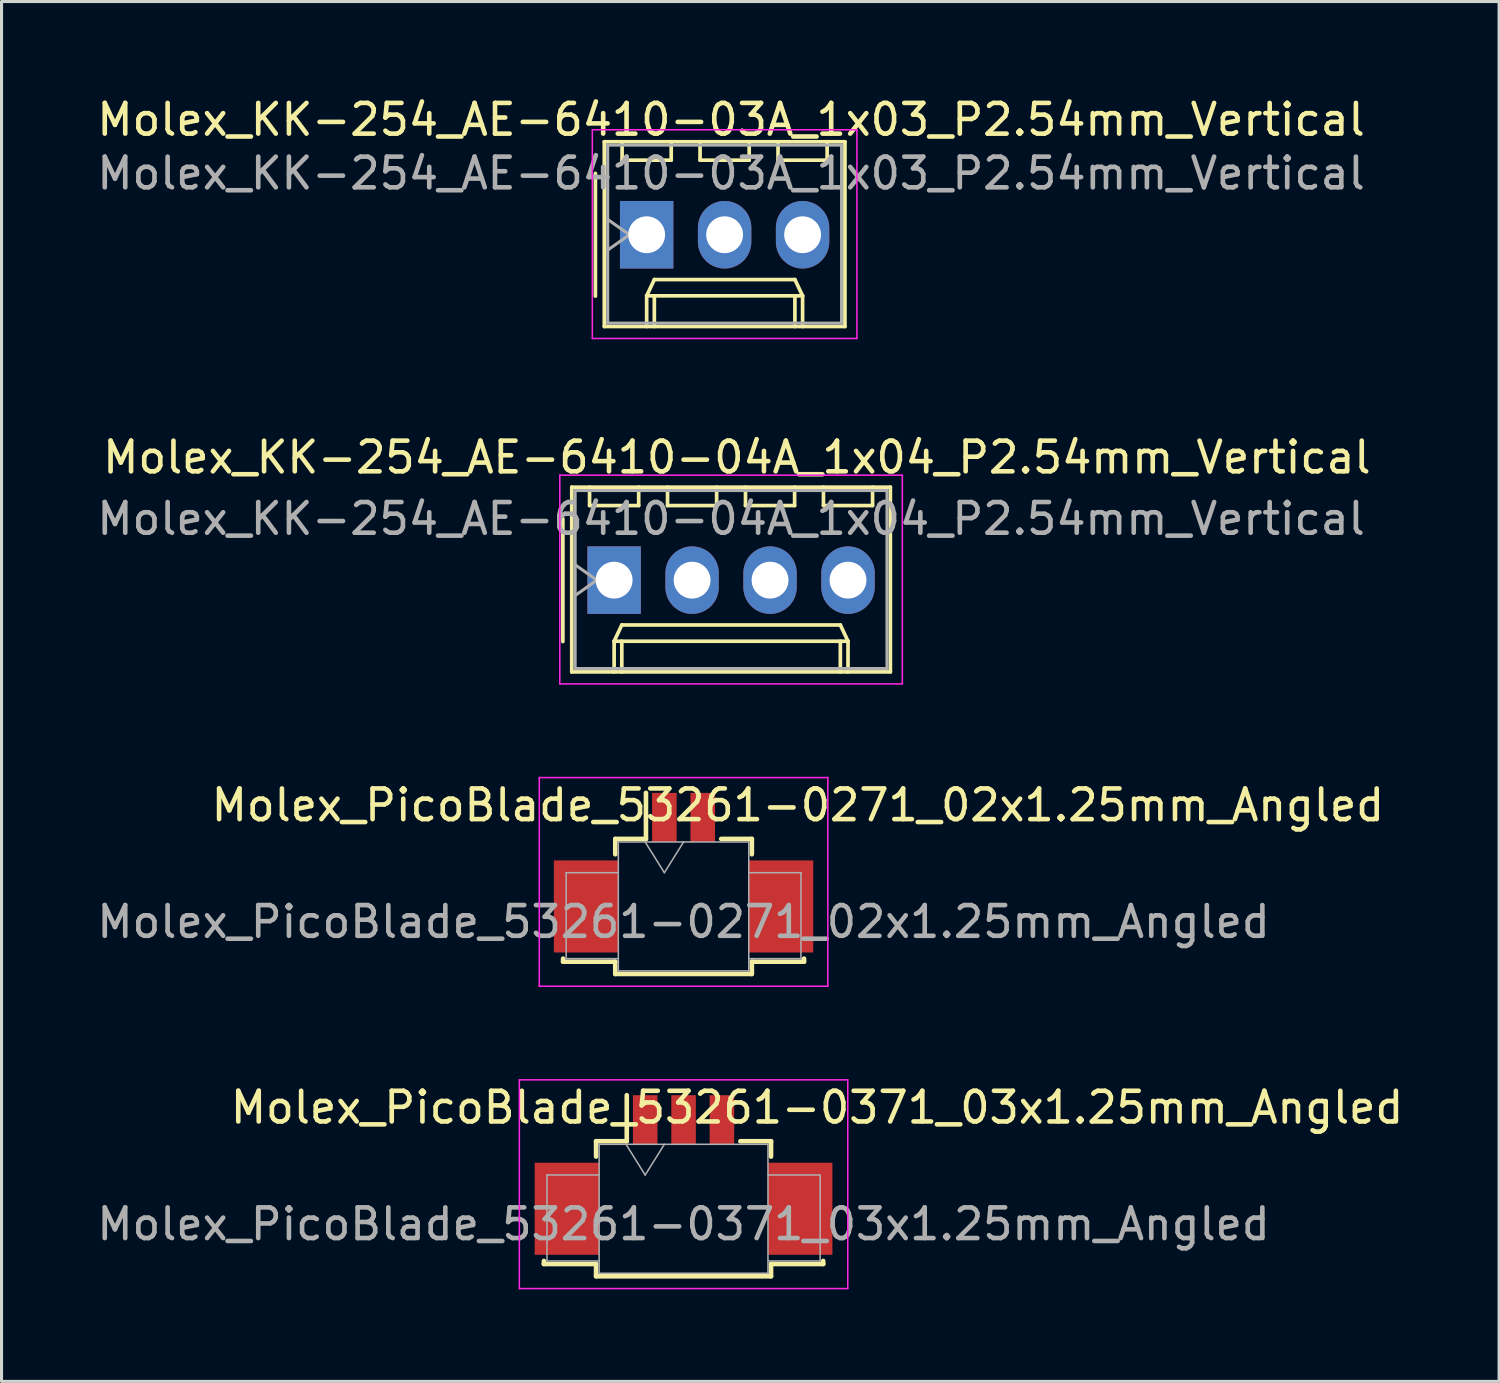
<source format=kicad_pcb>
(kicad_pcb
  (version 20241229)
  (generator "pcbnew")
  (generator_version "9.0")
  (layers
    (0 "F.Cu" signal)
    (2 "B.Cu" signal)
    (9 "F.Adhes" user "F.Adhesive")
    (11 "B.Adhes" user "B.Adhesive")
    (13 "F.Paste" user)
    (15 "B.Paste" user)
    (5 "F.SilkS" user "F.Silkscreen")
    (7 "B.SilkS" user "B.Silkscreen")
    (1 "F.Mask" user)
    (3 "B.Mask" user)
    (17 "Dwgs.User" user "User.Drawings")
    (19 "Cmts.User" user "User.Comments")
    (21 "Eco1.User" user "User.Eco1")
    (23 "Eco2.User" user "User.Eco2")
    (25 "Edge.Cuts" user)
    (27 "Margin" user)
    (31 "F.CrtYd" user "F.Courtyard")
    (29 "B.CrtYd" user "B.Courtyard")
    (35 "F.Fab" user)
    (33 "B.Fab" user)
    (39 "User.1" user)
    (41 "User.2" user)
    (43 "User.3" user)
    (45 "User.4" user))
  (footprint "Molex_PicoBlade_53261-0271_02x1.25mm_Angled"
    (layer "F.Cu")
    (at 19.22 26.482)
    (property "Reference" "Molex_PicoBlade_53261-0271_02x1.25mm_Angled" (at 0 0.5 0) (layer "F.Fab") (effects (font (size 1 1) (thickness 0.15))))
    (attr through_hole)
    (fp_line (start -3.925 1.7) (end -3.925 1.8) (stroke (width 0.15) (type solid)) (layer "F.SilkS"))
    (fp_line (start -3.925 1.8) (end -2.225 1.8) (stroke (width 0.15) (type solid)) (layer "F.SilkS"))
    (fp_line (start -2.225 -2.2) (end -2.225 -1.7) (stroke (width 0.15) (type solid)) (layer "F.SilkS"))
    (fp_line (start -2.225 1.8) (end -2.225 2.2) (stroke (width 0.15) (type solid)) (layer "F.SilkS"))
    (fp_line (start -2.225 2.2) (end 2.225 2.2) (stroke (width 0.15) (type solid)) (layer "F.SilkS"))
    (fp_line (start -1.225 -3.7) (end -1.225 -2.2) (stroke (width 0.15) (type solid)) (layer "F.SilkS"))
    (fp_line (start -1.225 -2.2) (end -2.225 -2.2) (stroke (width 0.15) (type solid)) (layer "F.SilkS"))
    (fp_line (start 1.225 -2.2) (end 2.225 -2.2) (stroke (width 0.15) (type solid)) (layer "F.SilkS"))
    (fp_line (start 2.225 -2.2) (end 2.225 -1.7) (stroke (width 0.15) (type solid)) (layer "F.SilkS"))
    (fp_line (start 2.225 1.8) (end 3.925 1.8) (stroke (width 0.15) (type solid)) (layer "F.SilkS"))
    (fp_line (start 2.225 2.2) (end 2.225 1.8) (stroke (width 0.15) (type solid)) (layer "F.SilkS"))
    (fp_line (start 3.925 1.8) (end 3.925 1.7) (stroke (width 0.15) (type solid)) (layer "F.SilkS"))
    (fp_line (start -4.7 -4.2) (end -4.7 2.6) (stroke (width 0.05) (type solid)) (layer "F.CrtYd"))
    (fp_line (start -4.7 2.6) (end 4.7 2.6) (stroke (width 0.05) (type solid)) (layer "F.CrtYd"))
    (fp_line (start 4.7 -4.2) (end -4.7 -4.2) (stroke (width 0.05) (type solid)) (layer "F.CrtYd"))
    (fp_line (start 4.7 2.6) (end 4.7 -4.2) (stroke (width 0.05) (type solid)) (layer "F.CrtYd"))
    (fp_line (start -3.825 -1.1) (end -2.125 -1.1) (stroke (width 0.05) (type solid)) (layer "F.Fab"))
    (fp_line (start -3.825 1.7) (end -3.825 -1.1) (stroke (width 0.05) (type solid)) (layer "F.Fab"))
    (fp_line (start -2.125 -2.1) (end 2.125 -2.1) (stroke (width 0.05) (type solid)) (layer "F.Fab"))
    (fp_line (start -2.125 1.7) (end -3.825 1.7) (stroke (width 0.05) (type solid)) (layer "F.Fab"))
    (fp_line (start -2.125 2.1) (end -2.125 -2.1) (stroke (width 0.05) (type solid)) (layer "F.Fab"))
    (fp_line (start -1.25 -2.1) (end -0.625 -1.1) (stroke (width 0.05) (type solid)) (layer "F.Fab"))
    (fp_line (start -0.625 -1.1) (end 0 -2.1) (stroke (width 0.05) (type solid)) (layer "F.Fab"))
    (fp_line (start 2.125 -2.1) (end 2.125 2.1) (stroke (width 0.05) (type solid)) (layer "F.Fab"))
    (fp_line (start 2.125 -1.1) (end 3.825 -1.1) (stroke (width 0.05) (type solid)) (layer "F.Fab"))
    (fp_line (start 2.125 2.1) (end -2.125 2.1) (stroke (width 0.05) (type solid)) (layer "F.Fab"))
    (fp_line (start 3.825 -1.1) (end 3.825 1.7) (stroke (width 0.05) (type solid)) (layer "F.Fab"))
    (fp_line (start 3.825 1.7) (end 2.125 1.7) (stroke (width 0.05) (type solid)) (layer "F.Fab"))
    (fp_text user "${REFERENCE}" (at 3.725 -3.3 0) (layer "F.SilkS") (effects (font (size 1 1) (thickness 0.15))))
    (pad "" smd rect (at -3.175 0) (size 2.1 3) (layers "F.Cu" "F.Mask" "F.Paste"))
    (pad "" smd rect (at 3.175 0) (size 2.1 3) (layers "F.Cu" "F.Mask" "F.Paste"))
    (pad "1" smd rect (at -0.625 -2.9) (size 0.8 1.6) (layers "F.Cu" "F.Mask" "F.Paste"))
    (pad "2" smd rect (at 0.625 -2.9) (size 0.8 1.6) (layers "F.Cu" "F.Mask" "F.Paste")))
  (footprint "Molex_KK-254_AE-6410-03A_1x03_P2.54mm_Vertical"
    (layer "F.Cu")
    (at 18.018 4.598)
    (property "Reference" "Molex_KK-254_AE-6410-03A_1x03_P2.54mm_Vertical" (at 2.75 -2 0) (layer "F.Fab") (effects (font (size 1 1) (thickness 0.15))))
    (attr through_hole)
    (fp_line (start -1.67 -2) (end -1.67 2) (stroke (width 0.12) (type solid)) (layer "F.SilkS"))
    (fp_line (start -1.38 -3.03) (end -1.38 2.99) (stroke (width 0.12) (type solid)) (layer "F.SilkS"))
    (fp_line (start -1.38 2.99) (end 6.46 2.99) (stroke (width 0.12) (type solid)) (layer "F.SilkS"))
    (fp_line (start -0.8 -3.03) (end -0.8 -2.43) (stroke (width 0.12) (type solid)) (layer "F.SilkS"))
    (fp_line (start -0.8 -2.43) (end 0.8 -2.43) (stroke (width 0.12) (type solid)) (layer "F.SilkS"))
    (fp_line (start 0 1.99) (end 0.25 1.46) (stroke (width 0.12) (type solid)) (layer "F.SilkS"))
    (fp_line (start 0 1.99) (end 5.08 1.99) (stroke (width 0.12) (type solid)) (layer "F.SilkS"))
    (fp_line (start 0 2.99) (end 0 1.99) (stroke (width 0.12) (type solid)) (layer "F.SilkS"))
    (fp_line (start 0.25 1.46) (end 4.83 1.46) (stroke (width 0.12) (type solid)) (layer "F.SilkS"))
    (fp_line (start 0.25 2.99) (end 0.25 1.99) (stroke (width 0.12) (type solid)) (layer "F.SilkS"))
    (fp_line (start 0.8 -2.43) (end 0.8 -3.03) (stroke (width 0.12) (type solid)) (layer "F.SilkS"))
    (fp_line (start 1.74 -3.03) (end 1.74 -2.43) (stroke (width 0.12) (type solid)) (layer "F.SilkS"))
    (fp_line (start 1.74 -2.43) (end 3.34 -2.43) (stroke (width 0.12) (type solid)) (layer "F.SilkS"))
    (fp_line (start 3.34 -2.43) (end 3.34 -3.03) (stroke (width 0.12) (type solid)) (layer "F.SilkS"))
    (fp_line (start 4.28 -3.03) (end 4.28 -2.43) (stroke (width 0.12) (type solid)) (layer "F.SilkS"))
    (fp_line (start 4.28 -2.43) (end 5.88 -2.43) (stroke (width 0.12) (type solid)) (layer "F.SilkS"))
    (fp_line (start 4.83 1.46) (end 5.08 1.99) (stroke (width 0.12) (type solid)) (layer "F.SilkS"))
    (fp_line (start 4.83 2.99) (end 4.83 1.99) (stroke (width 0.12) (type solid)) (layer "F.SilkS"))
    (fp_line (start 5.08 1.99) (end 5.08 2.99) (stroke (width 0.12) (type solid)) (layer "F.SilkS"))
    (fp_line (start 5.88 -2.43) (end 5.88 -3.03) (stroke (width 0.12) (type solid)) (layer "F.SilkS"))
    (fp_line (start 6.46 -3.03) (end -1.38 -3.03) (stroke (width 0.12) (type solid)) (layer "F.SilkS"))
    (fp_line (start 6.46 2.99) (end 6.46 -3.03) (stroke (width 0.12) (type solid)) (layer "F.SilkS"))
    (fp_line (start -1.77 -3.42) (end -1.77 3.38) (stroke (width 0.05) (type solid)) (layer "F.CrtYd"))
    (fp_line (start -1.77 3.38) (end 6.85 3.38) (stroke (width 0.05) (type solid)) (layer "F.CrtYd"))
    (fp_line (start 6.85 -3.42) (end -1.77 -3.42) (stroke (width 0.05) (type solid)) (layer "F.CrtYd"))
    (fp_line (start 6.85 3.38) (end 6.85 -3.42) (stroke (width 0.05) (type solid)) (layer "F.CrtYd"))
    (fp_line (start -1.27 -2.92) (end -1.27 2.88) (stroke (width 0.1) (type solid)) (layer "F.Fab"))
    (fp_line (start -1.27 -0.5) (end -0.563 0) (stroke (width 0.1) (type solid)) (layer "F.Fab"))
    (fp_line (start -1.27 2.88) (end 6.35 2.88) (stroke (width 0.1) (type solid)) (layer "F.Fab"))
    (fp_line (start -0.563 0) (end -1.27 0.5) (stroke (width 0.1) (type solid)) (layer "F.Fab"))
    (fp_line (start 6.35 -2.92) (end -1.27 -2.92) (stroke (width 0.1) (type solid)) (layer "F.Fab"))
    (fp_line (start 6.35 2.88) (end 6.35 -2.92) (stroke (width 0.1) (type solid)) (layer "F.Fab"))
    (fp_text user "${REFERENCE}" (at 2.75 -3.75 0) (layer "F.SilkS") (effects (font (size 1 1) (thickness 0.15))))
    (pad "1" thru_hole rect (at 0 0) (size 1.74 2.2) (drill 1.2) (layers "*.Cu" "*.Mask"))
    (pad "2" thru_hole oval (at 2.54 0) (size 1.74 2.2) (drill 1.2) (layers "*.Cu" "*.Mask"))
    (pad "3" thru_hole oval (at 5.08 0) (size 1.74 2.2) (drill 1.2) (layers "*.Cu" "*.Mask")))
  (footprint "Molex_PicoBlade_53261-0371_03x1.25mm_Angled"
    (layer "F.Cu")
    (at 19.22 36.331)
    (property "Reference" "Molex_PicoBlade_53261-0371_03x1.25mm_Angled" (at 0 0.5 0) (layer "F.Fab") (effects (font (size 1 1) (thickness 0.15))))
    (attr through_hole)
    (fp_line (start -4.55 1.7) (end -4.55 1.8) (stroke (width 0.15) (type solid)) (layer "F.SilkS"))
    (fp_line (start -4.55 1.8) (end -2.85 1.8) (stroke (width 0.15) (type solid)) (layer "F.SilkS"))
    (fp_line (start -2.85 -2.2) (end -2.85 -1.7) (stroke (width 0.15) (type solid)) (layer "F.SilkS"))
    (fp_line (start -2.85 1.8) (end -2.85 2.2) (stroke (width 0.15) (type solid)) (layer "F.SilkS"))
    (fp_line (start -2.85 2.2) (end 2.85 2.2) (stroke (width 0.15) (type solid)) (layer "F.SilkS"))
    (fp_line (start -1.85 -3.7) (end -1.85 -2.2) (stroke (width 0.15) (type solid)) (layer "F.SilkS"))
    (fp_line (start -1.85 -2.2) (end -2.85 -2.2) (stroke (width 0.15) (type solid)) (layer "F.SilkS"))
    (fp_line (start 1.85 -2.2) (end 2.85 -2.2) (stroke (width 0.15) (type solid)) (layer "F.SilkS"))
    (fp_line (start 2.85 -2.2) (end 2.85 -1.7) (stroke (width 0.15) (type solid)) (layer "F.SilkS"))
    (fp_line (start 2.85 1.8) (end 4.55 1.8) (stroke (width 0.15) (type solid)) (layer "F.SilkS"))
    (fp_line (start 2.85 2.2) (end 2.85 1.8) (stroke (width 0.15) (type solid)) (layer "F.SilkS"))
    (fp_line (start 4.55 1.8) (end 4.55 1.7) (stroke (width 0.15) (type solid)) (layer "F.SilkS"))
    (fp_line (start -5.35 -4.2) (end -5.35 2.6) (stroke (width 0.05) (type solid)) (layer "F.CrtYd"))
    (fp_line (start -5.35 2.6) (end 5.35 2.6) (stroke (width 0.05) (type solid)) (layer "F.CrtYd"))
    (fp_line (start 5.35 -4.2) (end -5.35 -4.2) (stroke (width 0.05) (type solid)) (layer "F.CrtYd"))
    (fp_line (start 5.35 2.6) (end 5.35 -4.2) (stroke (width 0.05) (type solid)) (layer "F.CrtYd"))
    (fp_line (start -4.45 -1.1) (end -2.75 -1.1) (stroke (width 0.05) (type solid)) (layer "F.Fab"))
    (fp_line (start -4.45 1.7) (end -4.45 -1.1) (stroke (width 0.05) (type solid)) (layer "F.Fab"))
    (fp_line (start -2.75 -2.1) (end 2.75 -2.1) (stroke (width 0.05) (type solid)) (layer "F.Fab"))
    (fp_line (start -2.75 1.7) (end -4.45 1.7) (stroke (width 0.05) (type solid)) (layer "F.Fab"))
    (fp_line (start -2.75 2.1) (end -2.75 -2.1) (stroke (width 0.05) (type solid)) (layer "F.Fab"))
    (fp_line (start -1.875 -2.1) (end -1.25 -1.1) (stroke (width 0.05) (type solid)) (layer "F.Fab"))
    (fp_line (start -1.25 -1.1) (end -0.625 -2.1) (stroke (width 0.05) (type solid)) (layer "F.Fab"))
    (fp_line (start 2.75 -2.1) (end 2.75 2.1) (stroke (width 0.05) (type solid)) (layer "F.Fab"))
    (fp_line (start 2.75 -1.1) (end 4.45 -1.1) (stroke (width 0.05) (type solid)) (layer "F.Fab"))
    (fp_line (start 2.75 2.1) (end -2.75 2.1) (stroke (width 0.05) (type solid)) (layer "F.Fab"))
    (fp_line (start 4.45 -1.1) (end 4.45 1.7) (stroke (width 0.05) (type solid)) (layer "F.Fab"))
    (fp_line (start 4.45 1.7) (end 2.75 1.7) (stroke (width 0.05) (type solid)) (layer "F.Fab"))
    (fp_text user "${REFERENCE}" (at 4.35 -3.3 0) (layer "F.SilkS") (effects (font (size 1 1) (thickness 0.15))))
    (pad "" smd rect (at -3.8 0) (size 2.1 3) (layers "F.Cu" "F.Mask" "F.Paste"))
    (pad "" smd rect (at 3.8 0) (size 2.1 3) (layers "F.Cu" "F.Mask" "F.Paste"))
    (pad "1" smd rect (at -1.25 -2.9) (size 0.8 1.6) (layers "F.Cu" "F.Mask" "F.Paste"))
    (pad "2" smd rect (at 0 -2.9) (size 0.8 1.6) (layers "F.Cu" "F.Mask" "F.Paste"))
    (pad "3" smd rect (at 1.25 -2.9) (size 0.8 1.6) (layers "F.Cu" "F.Mask" "F.Paste")))
  (footprint "Molex_KK-254_AE-6410-04A_1x04_P2.54mm_Vertical"
    (layer "F.Cu")
    (at 16.958 15.851)
    (property "Reference" "Molex_KK-254_AE-6410-04A_1x04_P2.54mm_Vertical" (at 3.81 -2 0) (layer "F.Fab") (effects (font (size 1 1) (thickness 0.15))))
    (attr through_hole)
    (fp_line (start -1.67 -2) (end -1.67 2) (stroke (width 0.12) (type solid)) (layer "F.SilkS"))
    (fp_line (start -1.38 -3.03) (end -1.38 2.99) (stroke (width 0.12) (type solid)) (layer "F.SilkS"))
    (fp_line (start -1.38 2.99) (end 9 2.99) (stroke (width 0.12) (type solid)) (layer "F.SilkS"))
    (fp_line (start -0.8 -3.03) (end -0.8 -2.43) (stroke (width 0.12) (type solid)) (layer "F.SilkS"))
    (fp_line (start -0.8 -2.43) (end 0.8 -2.43) (stroke (width 0.12) (type solid)) (layer "F.SilkS"))
    (fp_line (start 0 1.99) (end 0.25 1.46) (stroke (width 0.12) (type solid)) (layer "F.SilkS"))
    (fp_line (start 0 1.99) (end 7.62 1.99) (stroke (width 0.12) (type solid)) (layer "F.SilkS"))
    (fp_line (start 0 2.99) (end 0 1.99) (stroke (width 0.12) (type solid)) (layer "F.SilkS"))
    (fp_line (start 0.25 1.46) (end 7.37 1.46) (stroke (width 0.12) (type solid)) (layer "F.SilkS"))
    (fp_line (start 0.25 2.99) (end 0.25 1.99) (stroke (width 0.12) (type solid)) (layer "F.SilkS"))
    (fp_line (start 0.8 -2.43) (end 0.8 -3.03) (stroke (width 0.12) (type solid)) (layer "F.SilkS"))
    (fp_line (start 1.74 -3.03) (end 1.74 -2.43) (stroke (width 0.12) (type solid)) (layer "F.SilkS"))
    (fp_line (start 1.74 -2.43) (end 3.34 -2.43) (stroke (width 0.12) (type solid)) (layer "F.SilkS"))
    (fp_line (start 3.34 -2.43) (end 3.34 -3.03) (stroke (width 0.12) (type solid)) (layer "F.SilkS"))
    (fp_line (start 4.28 -3.03) (end 4.28 -2.43) (stroke (width 0.12) (type solid)) (layer "F.SilkS"))
    (fp_line (start 4.28 -2.43) (end 5.88 -2.43) (stroke (width 0.12) (type solid)) (layer "F.SilkS"))
    (fp_line (start 5.88 -2.43) (end 5.88 -3.03) (stroke (width 0.12) (type solid)) (layer "F.SilkS"))
    (fp_line (start 6.82 -3.03) (end 6.82 -2.43) (stroke (width 0.12) (type solid)) (layer "F.SilkS"))
    (fp_line (start 6.82 -2.43) (end 8.42 -2.43) (stroke (width 0.12) (type solid)) (layer "F.SilkS"))
    (fp_line (start 7.37 1.46) (end 7.62 1.99) (stroke (width 0.12) (type solid)) (layer "F.SilkS"))
    (fp_line (start 7.37 2.99) (end 7.37 1.99) (stroke (width 0.12) (type solid)) (layer "F.SilkS"))
    (fp_line (start 7.62 1.99) (end 7.62 2.99) (stroke (width 0.12) (type solid)) (layer "F.SilkS"))
    (fp_line (start 8.42 -2.43) (end 8.42 -3.03) (stroke (width 0.12) (type solid)) (layer "F.SilkS"))
    (fp_line (start 9 -3.03) (end -1.38 -3.03) (stroke (width 0.12) (type solid)) (layer "F.SilkS"))
    (fp_line (start 9 2.99) (end 9 -3.03) (stroke (width 0.12) (type solid)) (layer "F.SilkS"))
    (fp_line (start -1.77 -3.42) (end -1.77 3.38) (stroke (width 0.05) (type solid)) (layer "F.CrtYd"))
    (fp_line (start -1.77 3.38) (end 9.39 3.38) (stroke (width 0.05) (type solid)) (layer "F.CrtYd"))
    (fp_line (start 9.39 -3.42) (end -1.77 -3.42) (stroke (width 0.05) (type solid)) (layer "F.CrtYd"))
    (fp_line (start 9.39 3.38) (end 9.39 -3.42) (stroke (width 0.05) (type solid)) (layer "F.CrtYd"))
    (fp_line (start -1.27 -2.92) (end -1.27 2.88) (stroke (width 0.1) (type solid)) (layer "F.Fab"))
    (fp_line (start -1.27 -0.5) (end -0.563 0) (stroke (width 0.1) (type solid)) (layer "F.Fab"))
    (fp_line (start -1.27 2.88) (end 8.89 2.88) (stroke (width 0.1) (type solid)) (layer "F.Fab"))
    (fp_line (start -0.563 0) (end -1.27 0.5) (stroke (width 0.1) (type solid)) (layer "F.Fab"))
    (fp_line (start 8.89 -2.92) (end -1.27 -2.92) (stroke (width 0.1) (type solid)) (layer "F.Fab"))
    (fp_line (start 8.89 2.88) (end 8.89 -2.92) (stroke (width 0.1) (type solid)) (layer "F.Fab"))
    (fp_text user "${REFERENCE}" (at 4 -4 0) (layer "F.SilkS") (effects (font (size 1 1) (thickness 0.15))))
    (pad "1" thru_hole rect (at 0 0) (size 1.74 2.2) (drill 1.2) (layers "*.Cu" "*.Mask"))
    (pad "2" thru_hole oval (at 2.54 0) (size 1.74 2.2) (drill 1.2) (layers "*.Cu" "*.Mask"))
    (pad "3" thru_hole oval (at 5.08 0) (size 1.74 2.2) (drill 1.2) (layers "*.Cu" "*.Mask"))
    (pad "4" thru_hole oval (at 7.62 0) (size 1.74 2.2) (drill 1.2) (layers "*.Cu" "*.Mask")))
  (gr_rect
    (start -3 -3)
    (end 45.79 41.956)
    (stroke (width 0.1) (type default))
    (fill no)
    (layer "Edge.Cuts")))
</source>
